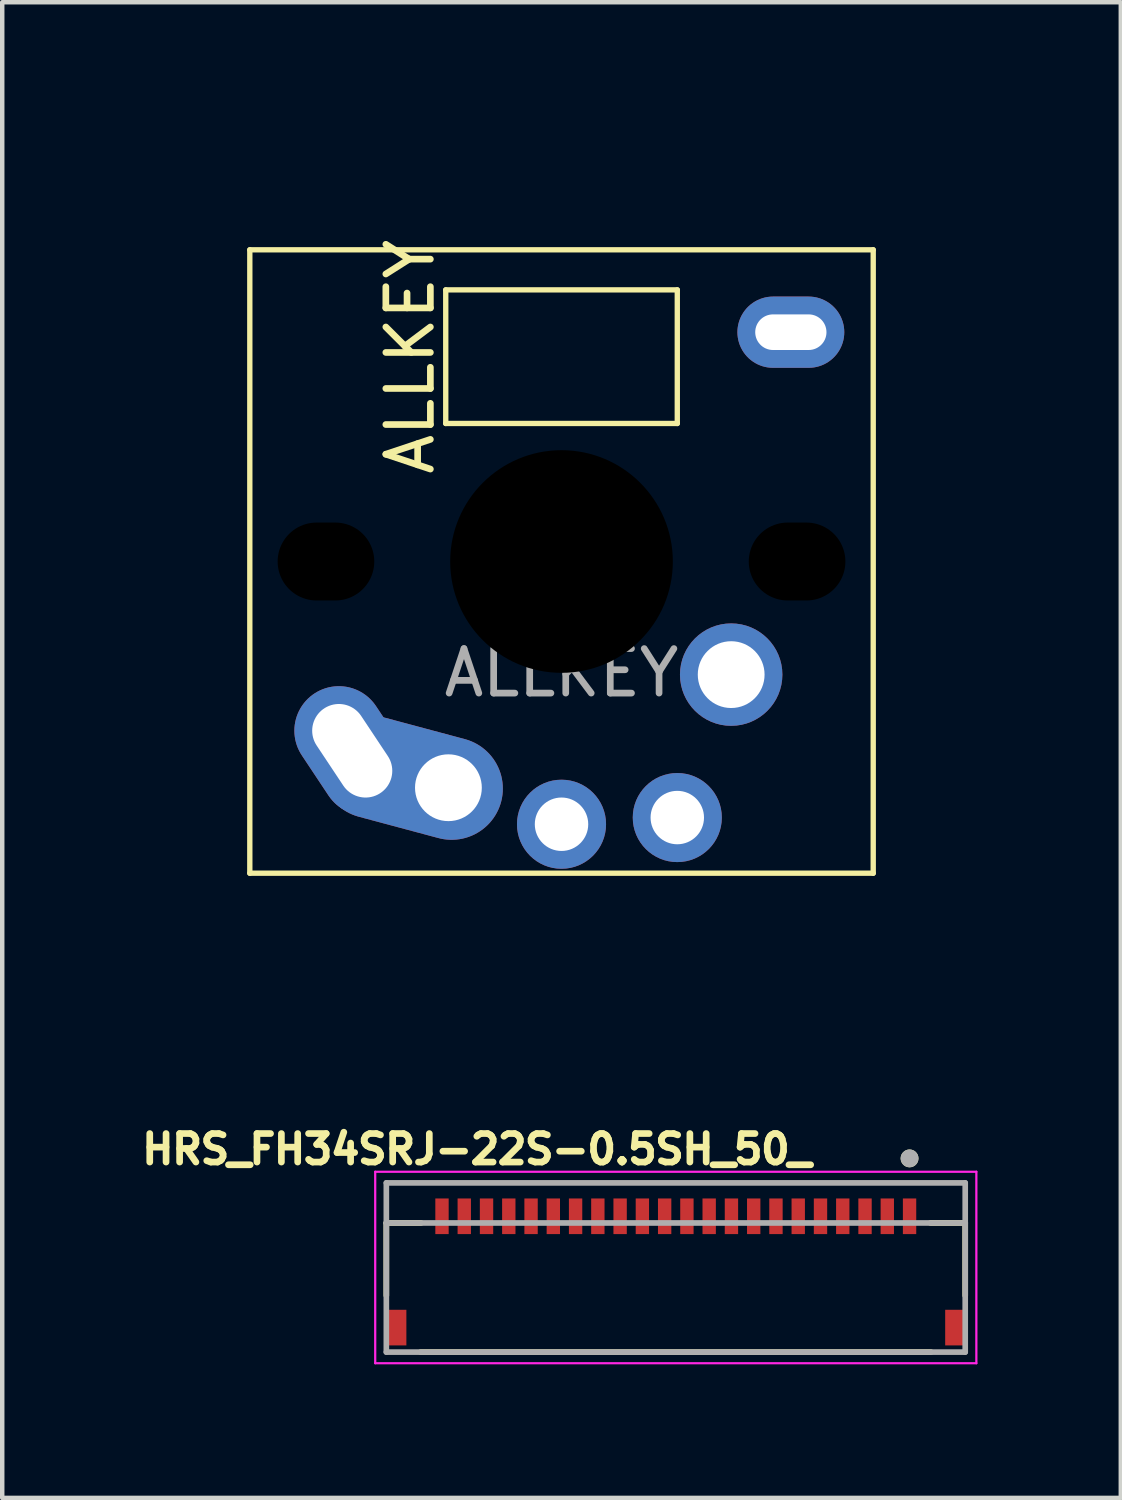
<source format=kicad_pcb>
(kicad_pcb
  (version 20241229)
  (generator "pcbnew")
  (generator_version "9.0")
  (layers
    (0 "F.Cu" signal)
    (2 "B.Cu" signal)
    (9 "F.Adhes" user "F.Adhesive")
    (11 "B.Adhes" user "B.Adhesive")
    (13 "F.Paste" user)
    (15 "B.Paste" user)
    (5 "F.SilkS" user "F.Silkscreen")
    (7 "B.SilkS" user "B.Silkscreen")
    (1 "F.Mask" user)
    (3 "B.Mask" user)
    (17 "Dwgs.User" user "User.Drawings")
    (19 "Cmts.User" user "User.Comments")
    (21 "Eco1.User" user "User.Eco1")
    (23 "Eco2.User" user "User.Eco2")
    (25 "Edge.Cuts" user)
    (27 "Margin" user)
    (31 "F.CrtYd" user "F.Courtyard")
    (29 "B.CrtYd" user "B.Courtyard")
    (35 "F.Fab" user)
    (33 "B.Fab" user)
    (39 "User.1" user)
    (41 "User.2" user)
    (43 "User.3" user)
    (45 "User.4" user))
  (footprint "ALLKEY"
    (layer "F.Cu")
    (at 9.56 9.56)
    (property "Reference" "ALLKEY" (at -3.4 -4.6 90) (unlocked yes) (layer "F.SilkS") (effects (font (size 1 1) (thickness 0.15))))
    (attr through_hole)
    (fp_line (start -7 -7) (end -7 7) (stroke (width 0.12) (type default)) (layer "F.SilkS"))
    (fp_line (start -7 -7) (end 7 -7) (stroke (width 0.12) (type default)) (layer "F.SilkS"))
    (fp_line (start -7 7) (end 7 7) (stroke (width 0.12) (type default)) (layer "F.SilkS"))
    (fp_line (start -2.6 -6.1) (end -2.6 -3.1) (stroke (width 0.12) (type default)) (layer "F.SilkS"))
    (fp_line (start -2.6 -6.1) (end 2.6 -6.1) (stroke (width 0.12) (type default)) (layer "F.SilkS"))
    (fp_line (start -2.6 -3.1) (end 2.6 -3.1) (stroke (width 0.12) (type default)) (layer "F.SilkS"))
    (fp_line (start 2.6 -6.1) (end 2.6 -3.1) (stroke (width 0.12) (type default)) (layer "F.SilkS"))
    (fp_line (start 7 -7) (end 7 7) (stroke (width 0.12) (type default)) (layer "F.SilkS"))
    (fp_line (start -7.5 -7) (end -7 -7.5) (stroke (width 0.12) (type solid)) (layer "User.1"))
    (fp_line (start -7.5 7) (end -7.5 -7) (stroke (width 0.12) (type solid)) (layer "User.1"))
    (fp_line (start -7 -7.5) (end 7 -7.5) (stroke (width 0.12) (type solid)) (layer "User.1"))
    (fp_line (start -7 7.5) (end -7.5 7) (stroke (width 0.12) (type solid)) (layer "User.1"))
    (fp_line (start 7 -7.5) (end 7.5 -7) (stroke (width 0.12) (type solid)) (layer "User.1"))
    (fp_line (start 7 7.5) (end -7 7.5) (stroke (width 0.12) (type solid)) (layer "User.1"))
    (fp_line (start 7.5 -7) (end 7.5 7) (stroke (width 0.12) (type solid)) (layer "User.1"))
    (fp_line (start 7.5 7) (end 7 7.5) (stroke (width 0.12) (type solid)) (layer "User.1"))
    (fp_rect (start -9.5 -9.5) (end 9.5 9.5) (stroke (width 0.12) (type solid)) (fill no) (layer "User.1"))
    (fp_text user "${REFERENCE}" (at 0 2.5 0) (unlocked yes) (layer "F.Fab") (effects (font (size 1 1) (thickness 0.15))))
    (pad "" np_thru_hole oval (at -5.29 0) (size 2.17 1.75) (drill oval 2.17 1.75) (layers "*.Mask"))
    (pad "" np_thru_hole circle (at 0 0) (size 5 5) (drill 5) (layers "*.Mask"))
    (pad "" thru_hole oval (at 5.15 -5.15) (size 2.4 1.6) (drill oval 1.6 0.8) (layers "*.Cu" "*.Mask"))
    (pad "" np_thru_hole oval (at 5.29 0) (size 2.17 1.75) (drill oval 2.17 1.75) (layers "*.Mask"))
    (pad "1" thru_hole circle (at 0 5.9) (size 2 2) (drill 1.2) (layers "*.Cu" "*.Mask"))
    (pad "1" thru_hole circle (at 2.6 5.75) (size 2 2) (drill 1.2) (layers "*.Cu" "*.Mask"))
    (pad "1" thru_hole circle (at 3.81 2.54) (size 2.3 2.3) (drill 1.5) (layers "*.Cu" "*.Mask"))
    (pad "2" thru_hole oval (at -4.7 4.25 303.6) (size 3.082 2) (drill oval 2.282 1.2) (layers "*.Cu" "*.Mask"))
    (pad "2" thru_hole oval (at -2.54 5.08 345) (size 4.15 2.3) (drill 1.5 (offset -0.85 0)) (layers "*.Cu" "*.Mask")))
  (footprint "HRS_FH34SRJ-22S-0.5SH_50_"
    (layer "F.Cu")
    (at 12.126 25.514)
    (property "Reference" "HRS_FH34SRJ-22S-0.5SH_50_" (at -4.468 -2.756 0) (layer "F.SilkS") (effects (font (size 0.64 0.64) (thickness 0.15))))
    (attr smd)
    (fp_line (start -6.5 -1.1) (end -6.5 0.53) (stroke (width 0.127) (type solid)) (layer "F.SilkS"))
    (fp_line (start -5.73 1.8) (end 5.73 1.8) (stroke (width 0.127) (type solid)) (layer "F.SilkS"))
    (fp_line (start -5.72 -1.1) (end -6.5 -1.1) (stroke (width 0.127) (type solid)) (layer "F.SilkS"))
    (fp_line (start 5.72 -1.1) (end 6.5 -1.1) (stroke (width 0.127) (type solid)) (layer "F.SilkS"))
    (fp_line (start 6.5 -1.1) (end 6.5 0.53) (stroke (width 0.127) (type solid)) (layer "F.SilkS"))
    (fp_circle (center 5.25 -2.55) (end 5.35 -2.55) (stroke (width 0.2) (type solid)) (fill no) (layer "F.SilkS"))
    (fp_poly (pts (xy -5.375 -1.65) (xy -5.125 -1.65) (xy -5.125 -1) (xy -5.375 -1)) (stroke (width 0.01) (type solid)) (fill yes) (layer "F.Paste"))
    (fp_poly (pts (xy -4.875 -1.65) (xy -4.625 -1.65) (xy -4.625 -1) (xy -4.875 -1)) (stroke (width 0.01) (type solid)) (fill yes) (layer "F.Paste"))
    (fp_poly (pts (xy -4.375 -1.65) (xy -4.125 -1.65) (xy -4.125 -1) (xy -4.375 -1)) (stroke (width 0.01) (type solid)) (fill yes) (layer "F.Paste"))
    (fp_poly (pts (xy -3.875 -1.65) (xy -3.625 -1.65) (xy -3.625 -1) (xy -3.875 -1)) (stroke (width 0.01) (type solid)) (fill yes) (layer "F.Paste"))
    (fp_poly (pts (xy -3.375 -1.65) (xy -3.125 -1.65) (xy -3.125 -1) (xy -3.375 -1)) (stroke (width 0.01) (type solid)) (fill yes) (layer "F.Paste"))
    (fp_poly (pts (xy -2.875 -1.65) (xy -2.625 -1.65) (xy -2.625 -1) (xy -2.875 -1)) (stroke (width 0.01) (type solid)) (fill yes) (layer "F.Paste"))
    (fp_poly (pts (xy -2.375 -1.65) (xy -2.125 -1.65) (xy -2.125 -1) (xy -2.375 -1)) (stroke (width 0.01) (type solid)) (fill yes) (layer "F.Paste"))
    (fp_poly (pts (xy -1.875 -1.65) (xy -1.625 -1.65) (xy -1.625 -1) (xy -1.875 -1)) (stroke (width 0.01) (type solid)) (fill yes) (layer "F.Paste"))
    (fp_poly (pts (xy -1.375 -1.65) (xy -1.125 -1.65) (xy -1.125 -1) (xy -1.375 -1)) (stroke (width 0.01) (type solid)) (fill yes) (layer "F.Paste"))
    (fp_poly (pts (xy -0.875 -1.65) (xy -0.625 -1.65) (xy -0.625 -1) (xy -0.875 -1)) (stroke (width 0.01) (type solid)) (fill yes) (layer "F.Paste"))
    (fp_poly (pts (xy -0.375 -1.65) (xy -0.125 -1.65) (xy -0.125 -1) (xy -0.375 -1)) (stroke (width 0.01) (type solid)) (fill yes) (layer "F.Paste"))
    (fp_poly (pts (xy 0.125 -1.65) (xy 0.375 -1.65) (xy 0.375 -1) (xy 0.125 -1)) (stroke (width 0.01) (type solid)) (fill yes) (layer "F.Paste"))
    (fp_poly (pts (xy 0.625 -1.65) (xy 0.875 -1.65) (xy 0.875 -1) (xy 0.625 -1)) (stroke (width 0.01) (type solid)) (fill yes) (layer "F.Paste"))
    (fp_poly (pts (xy 1.125 -1.65) (xy 1.375 -1.65) (xy 1.375 -1) (xy 1.125 -1)) (stroke (width 0.01) (type solid)) (fill yes) (layer "F.Paste"))
    (fp_poly (pts (xy 1.625 -1.65) (xy 1.875 -1.65) (xy 1.875 -1) (xy 1.625 -1)) (stroke (width 0.01) (type solid)) (fill yes) (layer "F.Paste"))
    (fp_poly (pts (xy 2.125 -1.65) (xy 2.375 -1.65) (xy 2.375 -1) (xy 2.125 -1)) (stroke (width 0.01) (type solid)) (fill yes) (layer "F.Paste"))
    (fp_poly (pts (xy 2.625 -1.65) (xy 2.875 -1.65) (xy 2.875 -1) (xy 2.625 -1)) (stroke (width 0.01) (type solid)) (fill yes) (layer "F.Paste"))
    (fp_poly (pts (xy 3.125 -1.65) (xy 3.375 -1.65) (xy 3.375 -1) (xy 3.125 -1)) (stroke (width 0.01) (type solid)) (fill yes) (layer "F.Paste"))
    (fp_poly (pts (xy 3.625 -1.65) (xy 3.875 -1.65) (xy 3.875 -1) (xy 3.625 -1)) (stroke (width 0.01) (type solid)) (fill yes) (layer "F.Paste"))
    (fp_poly (pts (xy 4.125 -1.65) (xy 4.375 -1.65) (xy 4.375 -1) (xy 4.125 -1)) (stroke (width 0.01) (type solid)) (fill yes) (layer "F.Paste"))
    (fp_poly (pts (xy 4.625 -1.65) (xy 4.875 -1.65) (xy 4.875 -1) (xy 4.625 -1)) (stroke (width 0.01) (type solid)) (fill yes) (layer "F.Paste"))
    (fp_poly (pts (xy 5.125 -1.65) (xy 5.375 -1.65) (xy 5.375 -1) (xy 5.125 -1)) (stroke (width 0.01) (type solid)) (fill yes) (layer "F.Paste"))
    (fp_line (start -6.75 -2.25) (end -6.75 2.05) (stroke (width 0.05) (type solid)) (layer "F.CrtYd"))
    (fp_line (start -6.75 2.05) (end 6.75 2.05) (stroke (width 0.05) (type solid)) (layer "F.CrtYd"))
    (fp_line (start 6.75 -2.25) (end -6.75 -2.25) (stroke (width 0.05) (type solid)) (layer "F.CrtYd"))
    (fp_line (start 6.75 2.05) (end 6.75 -2.25) (stroke (width 0.05) (type solid)) (layer "F.CrtYd"))
    (fp_line (start -6.5 -2) (end 6.5 -2) (stroke (width 0.127) (type solid)) (layer "F.Fab"))
    (fp_line (start -6.5 -1.1) (end -6.5 -2) (stroke (width 0.127) (type solid)) (layer "F.Fab"))
    (fp_line (start -6.5 -1.1) (end 6.5 -1.1) (stroke (width 0.127) (type solid)) (layer "F.Fab"))
    (fp_line (start -6.5 1.8) (end -6.5 -1.1) (stroke (width 0.127) (type solid)) (layer "F.Fab"))
    (fp_line (start 6.5 -2) (end 6.5 -1.1) (stroke (width 0.127) (type solid)) (layer "F.Fab"))
    (fp_line (start 6.5 -1.1) (end 6.5 1.8) (stroke (width 0.127) (type solid)) (layer "F.Fab"))
    (fp_line (start 6.5 1.8) (end -6.5 1.8) (stroke (width 0.127) (type solid)) (layer "F.Fab"))
    (fp_circle (center 5.25 -2.55) (end 5.35 -2.55) (stroke (width 0.2) (type solid)) (fill no) (layer "F.Fab"))
    (pad "1" smd rect (at 5.25 -1.25) (size 0.3 0.8) (layers "F.Cu" "F.Mask"))
    (pad "2" smd rect (at 4.75 -1.25) (size 0.3 0.8) (layers "F.Cu" "F.Mask"))
    (pad "3" smd rect (at 4.25 -1.25) (size 0.3 0.8) (layers "F.Cu" "F.Mask"))
    (pad "4" smd rect (at 3.75 -1.25) (size 0.3 0.8) (layers "F.Cu" "F.Mask"))
    (pad "5" smd rect (at 3.25 -1.25) (size 0.3 0.8) (layers "F.Cu" "F.Mask"))
    (pad "6" smd rect (at 2.75 -1.25) (size 0.3 0.8) (layers "F.Cu" "F.Mask"))
    (pad "7" smd rect (at 2.25 -1.25) (size 0.3 0.8) (layers "F.Cu" "F.Mask"))
    (pad "8" smd rect (at 1.75 -1.25) (size 0.3 0.8) (layers "F.Cu" "F.Mask"))
    (pad "9" smd rect (at 1.25 -1.25) (size 0.3 0.8) (layers "F.Cu" "F.Mask"))
    (pad "10" smd rect (at 0.75 -1.25) (size 0.3 0.8) (layers "F.Cu" "F.Mask"))
    (pad "11" smd rect (at 0.25 -1.25) (size 0.3 0.8) (layers "F.Cu" "F.Mask"))
    (pad "12" smd rect (at -0.25 -1.25) (size 0.3 0.8) (layers "F.Cu" "F.Mask"))
    (pad "13" smd rect (at -0.75 -1.25) (size 0.3 0.8) (layers "F.Cu" "F.Mask"))
    (pad "14" smd rect (at -1.25 -1.25) (size 0.3 0.8) (layers "F.Cu" "F.Mask"))
    (pad "15" smd rect (at -1.75 -1.25) (size 0.3 0.8) (layers "F.Cu" "F.Mask"))
    (pad "16" smd rect (at -2.25 -1.25) (size 0.3 0.8) (layers "F.Cu" "F.Mask"))
    (pad "17" smd rect (at -2.75 -1.25) (size 0.3 0.8) (layers "F.Cu" "F.Mask"))
    (pad "18" smd rect (at -3.25 -1.25) (size 0.3 0.8) (layers "F.Cu" "F.Mask"))
    (pad "19" smd rect (at -3.75 -1.25) (size 0.3 0.8) (layers "F.Cu" "F.Mask"))
    (pad "20" smd rect (at -4.25 -1.25) (size 0.3 0.8) (layers "F.Cu" "F.Mask"))
    (pad "21" smd rect (at -4.75 -1.25) (size 0.3 0.8) (layers "F.Cu" "F.Mask"))
    (pad "22" smd rect (at -5.25 -1.25) (size 0.3 0.8) (layers "F.Cu" "F.Mask"))
    (pad "S1" smd rect (at 6.25 1.25) (size 0.4 0.8) (layers "F.Cu" "F.Mask" "F.Paste"))
    (pad "S2" smd rect (at -6.25 1.25) (size 0.4 0.8) (layers "F.Cu" "F.Mask" "F.Paste")))
  (gr_rect
    (start -3 -3)
    (end 22.12 30.589)
    (stroke (width 0.1) (type default))
    (fill no)
    (layer "Edge.Cuts")))
</source>
